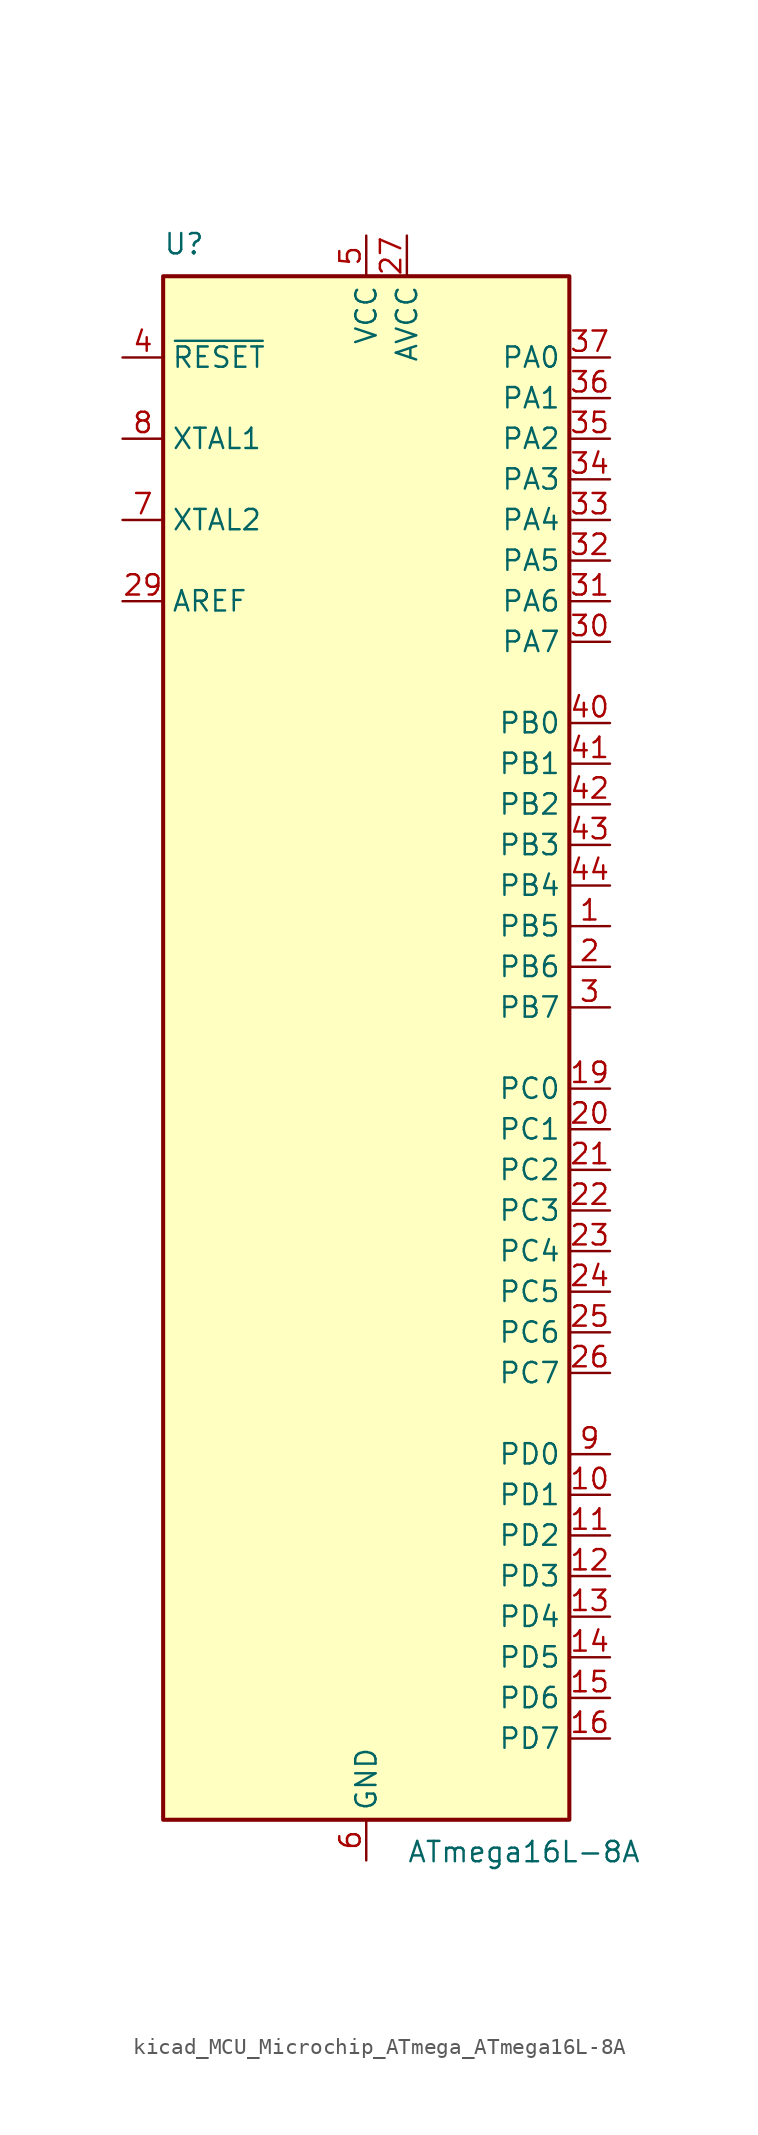
<source format=kicad_sym>
(kicad_symbol_lib
  (version 20220914)
  (generator kicad_symbol_editor)
  (symbol "kicad_MCU_Microchip_ATmega_ATmega16L-8A"
    (property "Reference" "U"
      (at -12.7 49.53 0)
      (effects (font (size 1.27 1.27)) (justify left bottom)))
    (property "Value" "ATmega16L-8A"
      (at 2.54 -49.53 0)
      (effects (font (size 1.27 1.27)) (justify left top)))
    (symbol "kicad_MCU_Microchip_ATmega_ATmega16L-8A_0_1"
      (rectangle (start -12.7 -48.26) (end 12.7 48.26) (stroke (width 0.254) (type default)) (fill (type background))))
    (symbol "kicad_MCU_Microchip_ATmega_ATmega16L-8A_1_1"
      (pin bidirectional line (at 15.24 7.62 180) (length 2.54) (name "PB5" (effects (font (size 1.27 1.27)))) (number "1" (effects (font (size 1.27 1.27)))))
      (pin bidirectional line (at 15.24 -27.94 180) (length 2.54) (name "PD1" (effects (font (size 1.27 1.27)))) (number "10" (effects (font (size 1.27 1.27)))))
      (pin bidirectional line (at 15.24 -30.48 180) (length 2.54) (name "PD2" (effects (font (size 1.27 1.27)))) (number "11" (effects (font (size 1.27 1.27)))))
      (pin bidirectional line (at 15.24 -33.02 180) (length 2.54) (name "PD3" (effects (font (size 1.27 1.27)))) (number "12" (effects (font (size 1.27 1.27)))))
      (pin bidirectional line (at 15.24 -35.56 180) (length 2.54) (name "PD4" (effects (font (size 1.27 1.27)))) (number "13" (effects (font (size 1.27 1.27)))))
      (pin bidirectional line (at 15.24 -38.1 180) (length 2.54) (name "PD5" (effects (font (size 1.27 1.27)))) (number "14" (effects (font (size 1.27 1.27)))))
      (pin bidirectional line (at 15.24 -40.64 180) (length 2.54) (name "PD6" (effects (font (size 1.27 1.27)))) (number "15" (effects (font (size 1.27 1.27)))))
      (pin bidirectional line (at 15.24 -43.18 180) (length 2.54) (name "PD7" (effects (font (size 1.27 1.27)))) (number "16" (effects (font (size 1.27 1.27)))))
      (pin passive line (at 0 50.8 270) (length 2.54) hide (name "VCC" (effects (font (size 1.27 1.27)))) (number "17" (effects (font (size 1.27 1.27)))))
      (pin passive line (at 0 -50.8 90) (length 2.54) hide (name "GND" (effects (font (size 1.27 1.27)))) (number "18" (effects (font (size 1.27 1.27)))))
      (pin bidirectional line (at 15.24 -2.54 180) (length 2.54) (name "PC0" (effects (font (size 1.27 1.27)))) (number "19" (effects (font (size 1.27 1.27)))))
      (pin bidirectional line (at 15.24 5.08 180) (length 2.54) (name "PB6" (effects (font (size 1.27 1.27)))) (number "2" (effects (font (size 1.27 1.27)))))
      (pin bidirectional line (at 15.24 -5.08 180) (length 2.54) (name "PC1" (effects (font (size 1.27 1.27)))) (number "20" (effects (font (size 1.27 1.27)))))
      (pin bidirectional line (at 15.24 -7.62 180) (length 2.54) (name "PC2" (effects (font (size 1.27 1.27)))) (number "21" (effects (font (size 1.27 1.27)))))
      (pin bidirectional line (at 15.24 -10.16 180) (length 2.54) (name "PC3" (effects (font (size 1.27 1.27)))) (number "22" (effects (font (size 1.27 1.27)))))
      (pin bidirectional line (at 15.24 -12.7 180) (length 2.54) (name "PC4" (effects (font (size 1.27 1.27)))) (number "23" (effects (font (size 1.27 1.27)))))
      (pin bidirectional line (at 15.24 -15.24 180) (length 2.54) (name "PC5" (effects (font (size 1.27 1.27)))) (number "24" (effects (font (size 1.27 1.27)))))
      (pin bidirectional line (at 15.24 -17.78 180) (length 2.54) (name "PC6" (effects (font (size 1.27 1.27)))) (number "25" (effects (font (size 1.27 1.27)))))
      (pin bidirectional line (at 15.24 -20.32 180) (length 2.54) (name "PC7" (effects (font (size 1.27 1.27)))) (number "26" (effects (font (size 1.27 1.27)))))
      (pin power_in line (at 2.54 50.8 270) (length 2.54) (name "AVCC" (effects (font (size 1.27 1.27)))) (number "27" (effects (font (size 1.27 1.27)))))
      (pin passive line (at 0 -50.8 90) (length 2.54) hide (name "GND" (effects (font (size 1.27 1.27)))) (number "28" (effects (font (size 1.27 1.27)))))
      (pin passive line (at -15.24 27.94 0) (length 2.54) (name "AREF" (effects (font (size 1.27 1.27)))) (number "29" (effects (font (size 1.27 1.27)))))
      (pin bidirectional line (at 15.24 2.54 180) (length 2.54) (name "PB7" (effects (font (size 1.27 1.27)))) (number "3" (effects (font (size 1.27 1.27)))))
      (pin bidirectional line (at 15.24 25.4 180) (length 2.54) (name "PA7" (effects (font (size 1.27 1.27)))) (number "30" (effects (font (size 1.27 1.27)))))
      (pin bidirectional line (at 15.24 27.94 180) (length 2.54) (name "PA6" (effects (font (size 1.27 1.27)))) (number "31" (effects (font (size 1.27 1.27)))))
      (pin bidirectional line (at 15.24 30.48 180) (length 2.54) (name "PA5" (effects (font (size 1.27 1.27)))) (number "32" (effects (font (size 1.27 1.27)))))
      (pin bidirectional line (at 15.24 33.02 180) (length 2.54) (name "PA4" (effects (font (size 1.27 1.27)))) (number "33" (effects (font (size 1.27 1.27)))))
      (pin bidirectional line (at 15.24 35.56 180) (length 2.54) (name "PA3" (effects (font (size 1.27 1.27)))) (number "34" (effects (font (size 1.27 1.27)))))
      (pin bidirectional line (at 15.24 38.1 180) (length 2.54) (name "PA2" (effects (font (size 1.27 1.27)))) (number "35" (effects (font (size 1.27 1.27)))))
      (pin bidirectional line (at 15.24 40.64 180) (length 2.54) (name "PA1" (effects (font (size 1.27 1.27)))) (number "36" (effects (font (size 1.27 1.27)))))
      (pin bidirectional line (at 15.24 43.18 180) (length 2.54) (name "PA0" (effects (font (size 1.27 1.27)))) (number "37" (effects (font (size 1.27 1.27)))))
      (pin passive line (at 0 50.8 270) (length 2.54) hide (name "VCC" (effects (font (size 1.27 1.27)))) (number "38" (effects (font (size 1.27 1.27)))))
      (pin passive line (at 0 -50.8 90) (length 2.54) hide (name "GND" (effects (font (size 1.27 1.27)))) (number "39" (effects (font (size 1.27 1.27)))))
      (pin input line (at -15.24 43.18 0) (length 2.54) (name "~{RESET}" (effects (font (size 1.27 1.27)))) (number "4" (effects (font (size 1.27 1.27)))))
      (pin bidirectional line (at 15.24 20.32 180) (length 2.54) (name "PB0" (effects (font (size 1.27 1.27)))) (number "40" (effects (font (size 1.27 1.27)))))
      (pin bidirectional line (at 15.24 17.78 180) (length 2.54) (name "PB1" (effects (font (size 1.27 1.27)))) (number "41" (effects (font (size 1.27 1.27)))))
      (pin bidirectional line (at 15.24 15.24 180) (length 2.54) (name "PB2" (effects (font (size 1.27 1.27)))) (number "42" (effects (font (size 1.27 1.27)))))
      (pin bidirectional line (at 15.24 12.7 180) (length 2.54) (name "PB3" (effects (font (size 1.27 1.27)))) (number "43" (effects (font (size 1.27 1.27)))))
      (pin bidirectional line (at 15.24 10.16 180) (length 2.54) (name "PB4" (effects (font (size 1.27 1.27)))) (number "44" (effects (font (size 1.27 1.27)))))
      (pin power_in line (at 0 50.8 270) (length 2.54) (name "VCC" (effects (font (size 1.27 1.27)))) (number "5" (effects (font (size 1.27 1.27)))))
      (pin power_in line (at 0 -50.8 90) (length 2.54) (name "GND" (effects (font (size 1.27 1.27)))) (number "6" (effects (font (size 1.27 1.27)))))
      (pin output line (at -15.24 33.02 0) (length 2.54) (name "XTAL2" (effects (font (size 1.27 1.27)))) (number "7" (effects (font (size 1.27 1.27)))))
      (pin input line (at -15.24 38.1 0) (length 2.54) (name "XTAL1" (effects (font (size 1.27 1.27)))) (number "8" (effects (font (size 1.27 1.27)))))
      (pin bidirectional line (at 15.24 -25.4 180) (length 2.54) (name "PD0" (effects (font (size 1.27 1.27)))) (number "9" (effects (font (size 1.27 1.27))))))))
</source>
